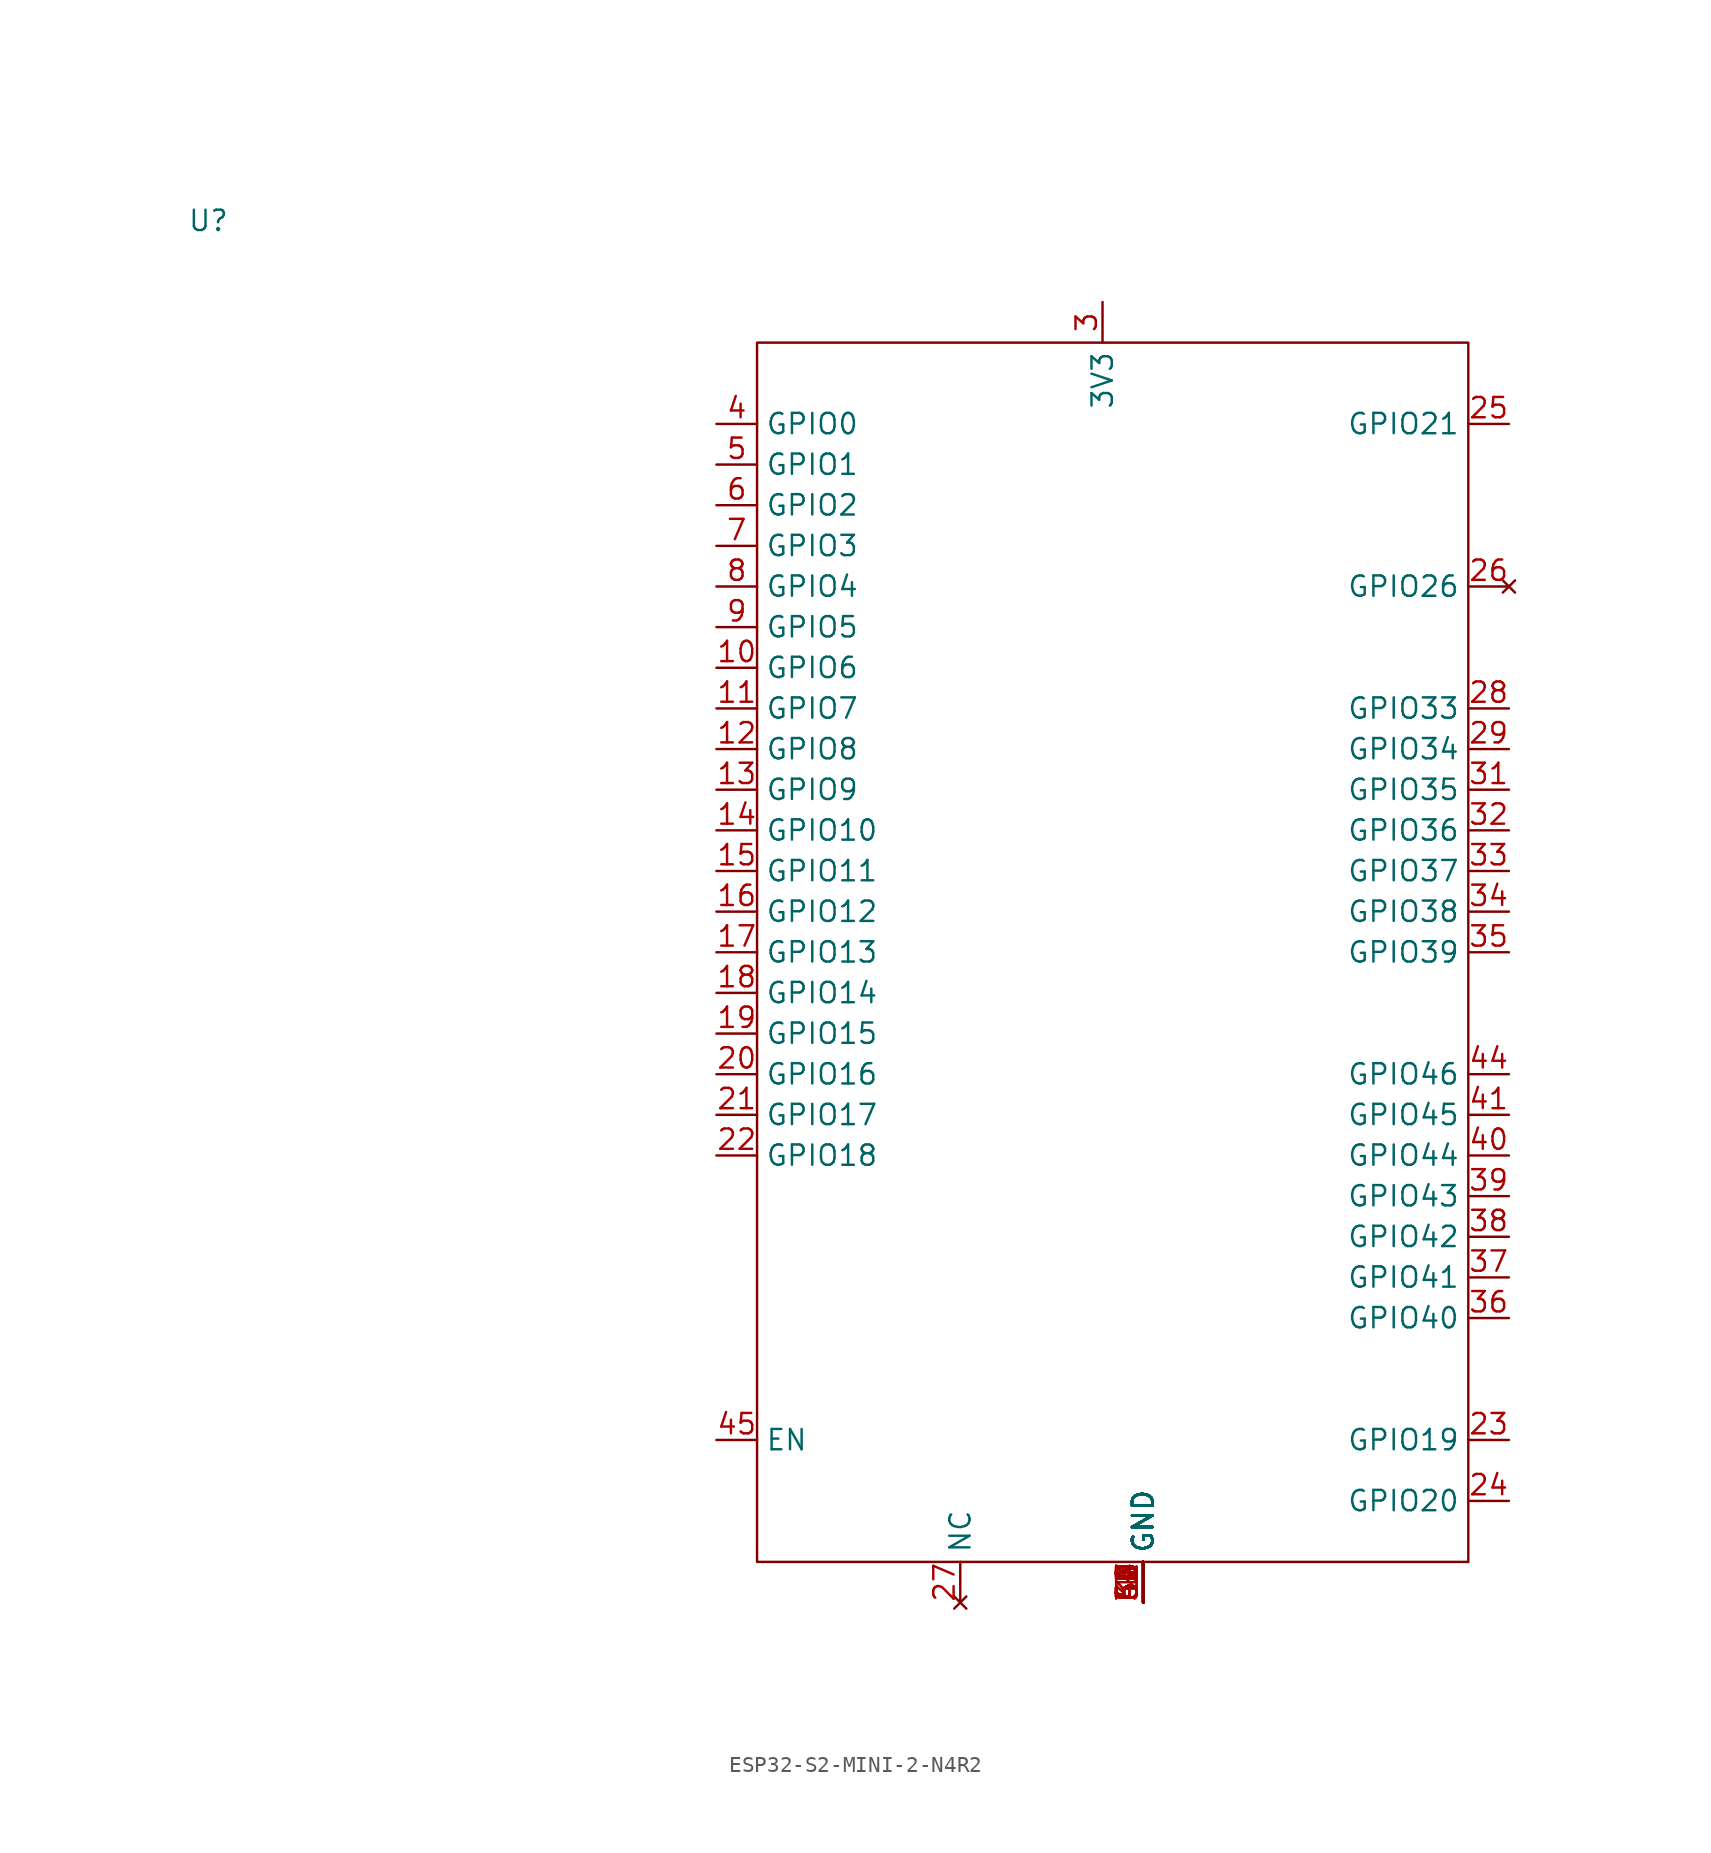
<source format=kicad_sym>
(kicad_symbol_lib
  (version 20231120)
  (generator "kicad_symbol_editor")
  (generator_version "8.0")
  (symbol "ESP32-S2-MINI-2-N4R2"
    (property "Reference" "U"
      (at -55.88 2.54 0)
      (effects (font (size 1.27 1.27))))
    (property "Value" ""
      (at -55.88 2.54 0)
      (effects (font (size 1.27 1.27))))
    (symbol "ESP32-S2-MINI-2-N4R2_0_0"
      (pin unspecified line (at 2.54 -83.82 90) (length 2.54) (name "GND" (effects (font (size 1.27 1.27)))) (number "1" (effects (font (size 1.27 1.27)))))
      (pin bidirectional line (at -24.13 -25.4 0) (length 2.54) (name "GPIO6" (effects (font (size 1.27 1.27)))) (number "10" (effects (font (size 1.27 1.27)))))
      (pin bidirectional line (at -24.13 -27.94 0) (length 2.54) (name "GPIO7" (effects (font (size 1.27 1.27)))) (number "11" (effects (font (size 1.27 1.27)))))
      (pin bidirectional line (at -24.13 -30.48 0) (length 2.54) (name "GPIO8" (effects (font (size 1.27 1.27)))) (number "12" (effects (font (size 1.27 1.27)))))
      (pin bidirectional line (at -24.13 -33.02 0) (length 2.54) (name "GPIO9" (effects (font (size 1.27 1.27)))) (number "13" (effects (font (size 1.27 1.27)))))
      (pin bidirectional line (at -24.13 -35.56 0) (length 2.54) (name "GPIO10" (effects (font (size 1.27 1.27)))) (number "14" (effects (font (size 1.27 1.27)))))
      (pin bidirectional line (at -24.13 -38.1 0) (length 2.54) (name "GPIO11" (effects (font (size 1.27 1.27)))) (number "15" (effects (font (size 1.27 1.27)))))
      (pin bidirectional line (at -24.13 -40.64 0) (length 2.54) (name "GPIO12" (effects (font (size 1.27 1.27)))) (number "16" (effects (font (size 1.27 1.27)))))
      (pin bidirectional line (at -24.13 -43.18 0) (length 2.54) (name "GPIO13" (effects (font (size 1.27 1.27)))) (number "17" (effects (font (size 1.27 1.27)))))
      (pin bidirectional line (at -24.13 -45.72 0) (length 2.54) (name "GPIO14" (effects (font (size 1.27 1.27)))) (number "18" (effects (font (size 1.27 1.27)))))
      (pin bidirectional line (at -24.13 -48.26 0) (length 2.54) (name "GPIO15" (effects (font (size 1.27 1.27)))) (number "19" (effects (font (size 1.27 1.27)))))
      (pin unspecified line (at 2.54 -83.82 90) (length 2.54) (name "GND" (effects (font (size 1.27 1.27)))) (number "2" (effects (font (size 1.27 1.27)))))
      (pin bidirectional line (at -24.13 -50.8 0) (length 2.54) (name "GPIO16" (effects (font (size 1.27 1.27)))) (number "20" (effects (font (size 1.27 1.27)))))
      (pin bidirectional line (at -24.13 -53.34 0) (length 2.54) (name "GPIO17" (effects (font (size 1.27 1.27)))) (number "21" (effects (font (size 1.27 1.27)))))
      (pin bidirectional line (at -24.13 -55.88 0) (length 2.54) (name "GPIO18" (effects (font (size 1.27 1.27)))) (number "22" (effects (font (size 1.27 1.27)))))
      (pin bidirectional line (at 25.4 -10.16 180) (length 2.54) (name "GPIO21" (effects (font (size 1.27 1.27)))) (number "25" (effects (font (size 1.27 1.27)))))
      (pin no_connect line (at -8.89 -83.82 90) (length 2.54) (name "NC" (effects (font (size 1.27 1.27)))) (number "27" (effects (font (size 1.27 1.27)))))
      (pin bidirectional line (at 25.4 -27.94 180) (length 2.54) (name "GPIO33" (effects (font (size 1.27 1.27)))) (number "28" (effects (font (size 1.27 1.27)))))
      (pin bidirectional line (at 25.4 -30.48 180) (length 2.54) (name "GPIO34" (effects (font (size 1.27 1.27)))) (number "29" (effects (font (size 1.27 1.27)))))
      (pin power_in line (at 0 -2.54 270) (length 2.54) (name "3V3" (effects (font (size 1.27 1.27)))) (number "3" (effects (font (size 1.27 1.27)))))
      (pin unspecified line (at 2.54 -83.82 90) (length 2.54) (name "GND" (effects (font (size 1.27 1.27)))) (number "30" (effects (font (size 1.27 1.27)))))
      (pin bidirectional line (at 25.4 -33.02 180) (length 2.54) (name "GPIO35" (effects (font (size 1.27 1.27)))) (number "31" (effects (font (size 1.27 1.27)))))
      (pin bidirectional line (at 25.4 -35.56 180) (length 2.54) (name "GPIO36" (effects (font (size 1.27 1.27)))) (number "32" (effects (font (size 1.27 1.27)))))
      (pin bidirectional line (at 25.4 -38.1 180) (length 2.54) (name "GPIO37" (effects (font (size 1.27 1.27)))) (number "33" (effects (font (size 1.27 1.27)))))
      (pin bidirectional line (at 25.4 -40.64 180) (length 2.54) (name "GPIO38" (effects (font (size 1.27 1.27)))) (number "34" (effects (font (size 1.27 1.27)))))
      (pin bidirectional line (at 25.4 -43.18 180) (length 2.54) (name "GPIO39" (effects (font (size 1.27 1.27)))) (number "35" (effects (font (size 1.27 1.27)))))
      (pin bidirectional line (at 25.4 -66.04 180) (length 2.54) (name "GPIO40" (effects (font (size 1.27 1.27)))) (number "36" (effects (font (size 1.27 1.27)))))
      (pin bidirectional line (at 25.4 -63.5 180) (length 2.54) (name "GPIO41" (effects (font (size 1.27 1.27)))) (number "37" (effects (font (size 1.27 1.27)))))
      (pin bidirectional line (at 25.4 -60.96 180) (length 2.54) (name "GPIO42" (effects (font (size 1.27 1.27)))) (number "38" (effects (font (size 1.27 1.27)))))
      (pin bidirectional line (at 25.4 -58.42 180) (length 2.54) (name "GPIO43" (effects (font (size 1.27 1.27)))) (number "39" (effects (font (size 1.27 1.27)))))
      (pin bidirectional line (at -24.13 -10.16 0) (length 2.54) (name "GPIO0" (effects (font (size 1.27 1.27)))) (number "4" (effects (font (size 1.27 1.27)))))
      (pin bidirectional line (at 25.4 -55.88 180) (length 2.54) (name "GPIO44" (effects (font (size 1.27 1.27)))) (number "40" (effects (font (size 1.27 1.27)))))
      (pin bidirectional line (at 25.4 -53.34 180) (length 2.54) (name "GPIO45" (effects (font (size 1.27 1.27)))) (number "41" (effects (font (size 1.27 1.27)))))
      (pin unspecified line (at 2.54 -83.82 90) (length 2.54) (name "GND" (effects (font (size 1.27 1.27)))) (number "42" (effects (font (size 1.27 1.27)))))
      (pin unspecified line (at 2.54 -83.82 90) (length 2.54) (name "GND" (effects (font (size 1.27 1.27)))) (number "43" (effects (font (size 1.27 1.27)))))
      (pin bidirectional line (at 25.4 -50.8 180) (length 2.54) (name "GPIO46" (effects (font (size 1.27 1.27)))) (number "44" (effects (font (size 1.27 1.27)))))
      (pin input line (at -24.13 -73.66 0) (length 2.54) (name "EN" (effects (font (size 1.27 1.27)))) (number "45" (effects (font (size 1.27 1.27)))))
      (pin unspecified line (at 2.54 -83.82 90) (length 2.54) (name "GND" (effects (font (size 1.27 1.27)))) (number "46" (effects (font (size 1.27 1.27)))))
      (pin unspecified line (at 2.54 -83.82 90) (length 2.54) (name "GND" (effects (font (size 1.27 1.27)))) (number "47" (effects (font (size 1.27 1.27)))))
      (pin unspecified line (at 2.54 -83.82 90) (length 2.54) (name "GND" (effects (font (size 1.27 1.27)))) (number "48" (effects (font (size 1.27 1.27)))))
      (pin unspecified line (at 2.54 -83.82 90) (length 2.54) (name "GND" (effects (font (size 1.27 1.27)))) (number "49" (effects (font (size 1.27 1.27)))))
      (pin bidirectional line (at -24.13 -12.7 0) (length 2.54) (name "GPIO1" (effects (font (size 1.27 1.27)))) (number "5" (effects (font (size 1.27 1.27)))))
      (pin unspecified line (at 2.54 -83.82 90) (length 2.54) (name "GND" (effects (font (size 1.27 1.27)))) (number "50" (effects (font (size 1.27 1.27)))))
      (pin unspecified line (at 2.54 -83.82 90) (length 2.54) (name "GND" (effects (font (size 1.27 1.27)))) (number "51" (effects (font (size 1.27 1.27)))))
      (pin unspecified line (at 2.54 -83.82 90) (length 2.54) (name "GND" (effects (font (size 1.27 1.27)))) (number "52" (effects (font (size 1.27 1.27)))))
      (pin unspecified line (at 2.54 -83.82 90) (length 2.54) (name "GND" (effects (font (size 1.27 1.27)))) (number "53" (effects (font (size 1.27 1.27)))))
      (pin unspecified line (at 2.54 -83.82 90) (length 2.54) (name "GND" (effects (font (size 1.27 1.27)))) (number "54" (effects (font (size 1.27 1.27)))))
      (pin unspecified line (at 2.54 -83.82 90) (length 2.54) (name "GND" (effects (font (size 1.27 1.27)))) (number "55" (effects (font (size 1.27 1.27)))))
      (pin unspecified line (at 2.54 -83.82 90) (length 2.54) (name "GND" (effects (font (size 1.27 1.27)))) (number "56" (effects (font (size 1.27 1.27)))))
      (pin unspecified line (at 2.54 -83.82 90) (length 2.54) (name "GND" (effects (font (size 1.27 1.27)))) (number "57" (effects (font (size 1.27 1.27)))))
      (pin unspecified line (at 2.54 -83.82 90) (length 2.54) (name "GND" (effects (font (size 1.27 1.27)))) (number "58" (effects (font (size 1.27 1.27)))))
      (pin unspecified line (at 2.54 -83.82 90) (length 2.54) (name "GND" (effects (font (size 1.27 1.27)))) (number "59" (effects (font (size 1.27 1.27)))))
      (pin bidirectional line (at -24.13 -15.24 0) (length 2.54) (name "GPIO2" (effects (font (size 1.27 1.27)))) (number "6" (effects (font (size 1.27 1.27)))))
      (pin unspecified line (at 2.54 -83.82 90) (length 2.54) (name "GND" (effects (font (size 1.27 1.27)))) (number "60" (effects (font (size 1.27 1.27)))))
      (pin unspecified line (at 2.54 -83.82 90) (length 2.54) (name "GND" (effects (font (size 1.27 1.27)))) (number "61" (effects (font (size 1.27 1.27)))))
      (pin unspecified line (at 2.54 -83.82 90) (length 2.54) (name "GND" (effects (font (size 1.27 1.27)))) (number "62" (effects (font (size 1.27 1.27)))))
      (pin unspecified line (at 2.54 -83.82 90) (length 2.54) (name "GND" (effects (font (size 1.27 1.27)))) (number "63" (effects (font (size 1.27 1.27)))))
      (pin unspecified line (at 2.54 -83.82 90) (length 2.54) (name "GND" (effects (font (size 1.27 1.27)))) (number "64" (effects (font (size 1.27 1.27)))))
      (pin unspecified line (at 2.54 -83.82 90) (length 2.54) (name "GND" (effects (font (size 1.27 1.27)))) (number "65" (effects (font (size 1.27 1.27)))))
      (pin bidirectional line (at -24.13 -17.78 0) (length 2.54) (name "GPIO3" (effects (font (size 1.27 1.27)))) (number "7" (effects (font (size 1.27 1.27)))))
      (pin bidirectional line (at -24.13 -20.32 0) (length 2.54) (name "GPIO4" (effects (font (size 1.27 1.27)))) (number "8" (effects (font (size 1.27 1.27)))))
      (pin bidirectional line (at -24.13 -22.86 0) (length 2.54) (name "GPIO5" (effects (font (size 1.27 1.27)))) (number "9" (effects (font (size 1.27 1.27))))))
    (symbol "ESP32-S2-MINI-2-N4R2_0_1"
      (rectangle (start -21.59 -5.08) (end 22.86 -81.28) (stroke (width 0) (type default)) (fill (type none))))
    (symbol "ESP32-S2-MINI-2-N4R2_1_0"
      (pin bidirectional line (at 25.4 -73.66 180) (length 2.54) (name "GPIO19" (effects (font (size 1.27 1.27)))) (number "23" (effects (font (size 1.27 1.27)))) (alternate "USB_D-" bidirectional line))
      (pin bidirectional line (at 25.4 -77.47 180) (length 2.54) (name "GPIO20" (effects (font (size 1.27 1.27)))) (number "24" (effects (font (size 1.27 1.27)))) (alternate "USB_D+" bidirectional line))
      (pin no_connect line (at 25.4 -20.32 180) (length 2.54) (name "GPIO26" (effects (font (size 1.27 1.27)))) (number "26" (effects (font (size 1.27 1.27))))))))
</source>
